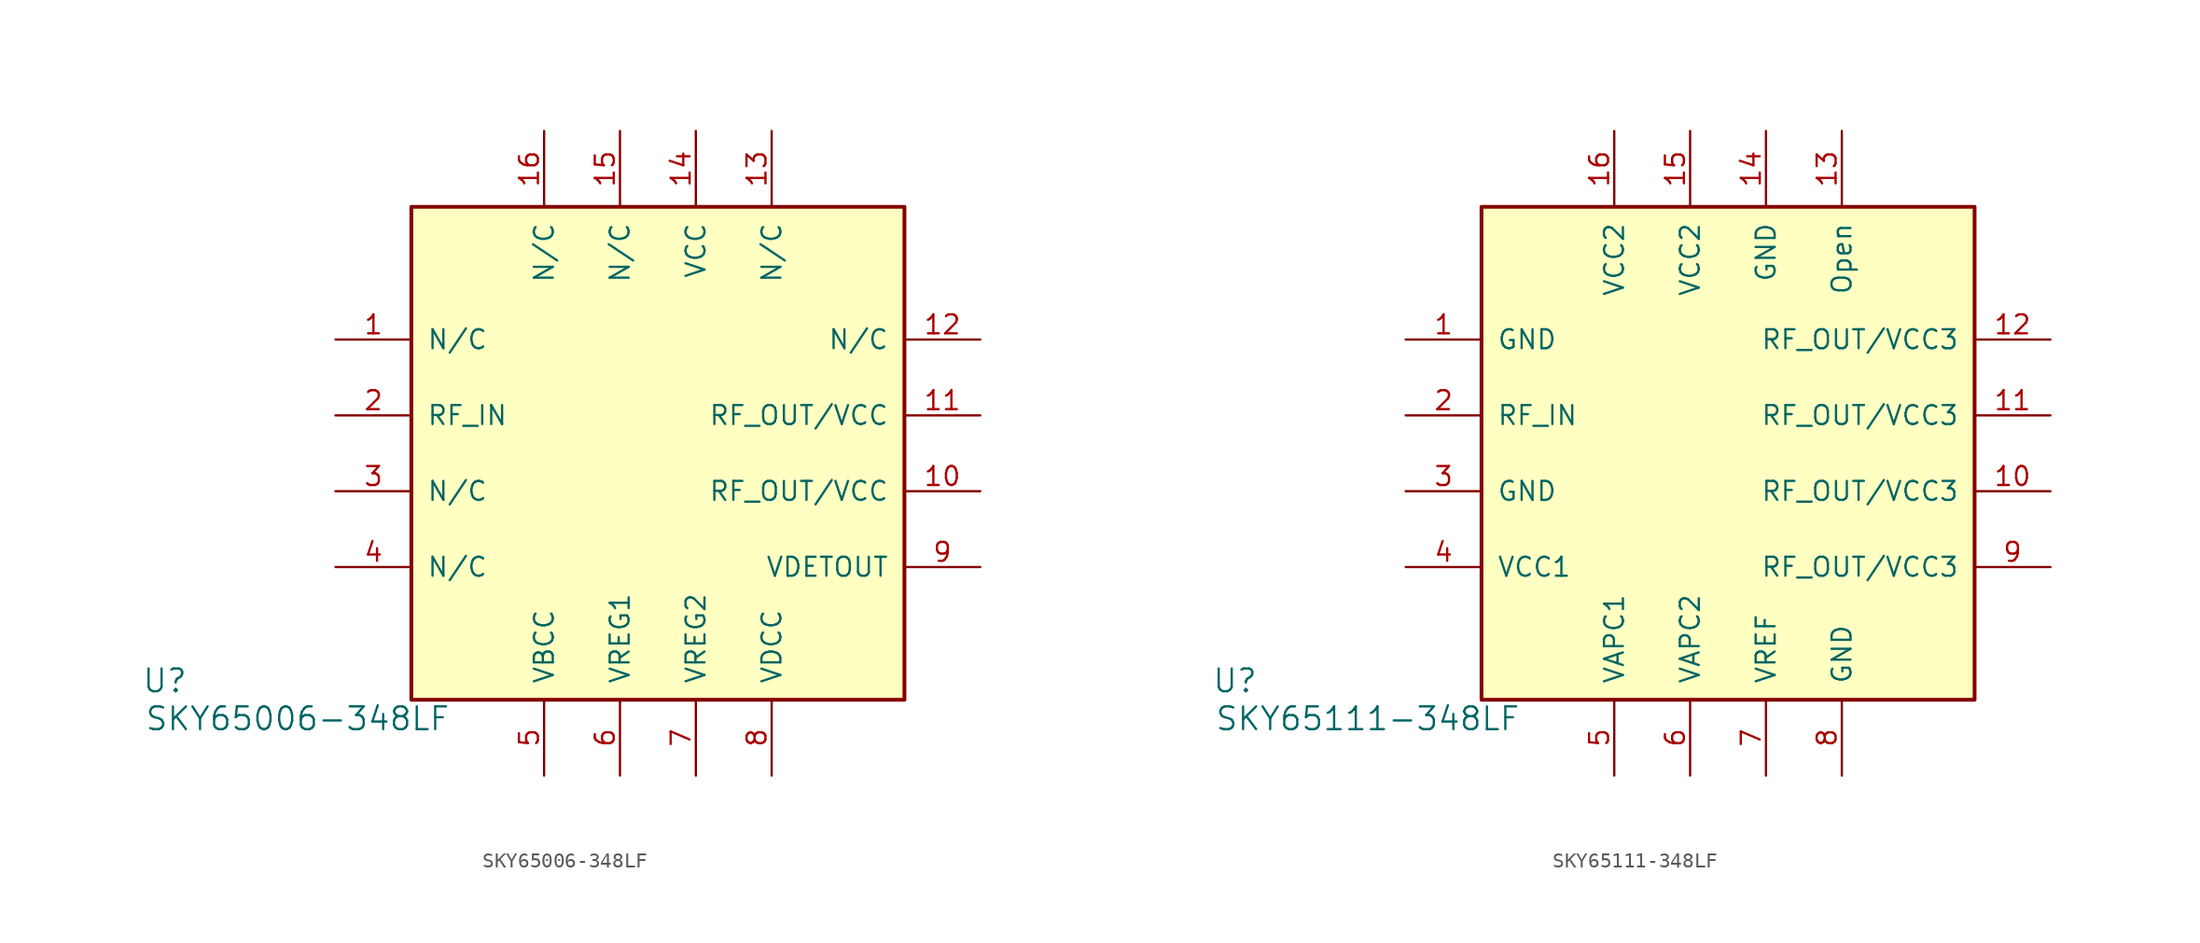
<source format=kicad_sym>
(kicad_symbol_lib
  (version 20220914)
  (generator kicad_symbol_editor)
  (symbol "SKY65006-348LF"
    (pin_names
      (offset 1.016))
    (property "Reference" "U"
      (at -33.02 -15.24 0)
      (effects (font (size 1.524 1.524))))
    (property "Value" "SKY65006-348LF"
      (at -24.13 -17.78 0)
      (effects (font (size 1.524 1.524))))
    (symbol "SKY65006-348LF_0_1"
      (rectangle (start 16.51 16.51) (end -16.51 -16.51) (stroke (width 0.254) (type solid)) (fill (type background))))
    (symbol "SKY65006-348LF_1_1"
      (pin input line (at -21.59 7.62 0) (length 5.08) (name "N/C" (effects (font (size 1.27 1.27)))) (number "1" (effects (font (size 1.27 1.27)))))
      (pin input line (at 21.59 -2.54 180) (length 5.08) (name "RF_OUT/VCC" (effects (font (size 1.27 1.27)))) (number "10" (effects (font (size 1.27 1.27)))))
      (pin input line (at 21.59 2.54 180) (length 5.08) (name "RF_OUT/VCC" (effects (font (size 1.27 1.27)))) (number "11" (effects (font (size 1.27 1.27)))))
      (pin input line (at 21.59 7.62 180) (length 5.08) (name "N/C" (effects (font (size 1.27 1.27)))) (number "12" (effects (font (size 1.27 1.27)))))
      (pin input line (at 7.62 21.59 270) (length 5.08) (name "N/C" (effects (font (size 1.27 1.27)))) (number "13" (effects (font (size 1.27 1.27)))))
      (pin input line (at 2.54 21.59 270) (length 5.08) (name "VCC" (effects (font (size 1.27 1.27)))) (number "14" (effects (font (size 1.27 1.27)))))
      (pin input line (at -2.54 21.59 270) (length 5.08) (name "N/C" (effects (font (size 1.27 1.27)))) (number "15" (effects (font (size 1.27 1.27)))))
      (pin input line (at -7.62 21.59 270) (length 5.08) (name "N/C" (effects (font (size 1.27 1.27)))) (number "16" (effects (font (size 1.27 1.27)))))
      (pin input line (at -21.59 2.54 0) (length 5.08) (name "RF_IN" (effects (font (size 1.27 1.27)))) (number "2" (effects (font (size 1.27 1.27)))))
      (pin input line (at -21.59 -2.54 0) (length 5.08) (name "N/C" (effects (font (size 1.27 1.27)))) (number "3" (effects (font (size 1.27 1.27)))))
      (pin input line (at -21.59 -7.62 0) (length 5.08) (name "N/C" (effects (font (size 1.27 1.27)))) (number "4" (effects (font (size 1.27 1.27)))))
      (pin input line (at -7.62 -21.59 90) (length 5.08) (name "VBCC" (effects (font (size 1.27 1.27)))) (number "5" (effects (font (size 1.27 1.27)))))
      (pin input line (at -2.54 -21.59 90) (length 5.08) (name "VREG1" (effects (font (size 1.27 1.27)))) (number "6" (effects (font (size 1.27 1.27)))))
      (pin input line (at 2.54 -21.59 90) (length 5.08) (name "VREG2" (effects (font (size 1.27 1.27)))) (number "7" (effects (font (size 1.27 1.27)))))
      (pin input line (at 7.62 -21.59 90) (length 5.08) (name "VDCC" (effects (font (size 1.27 1.27)))) (number "8" (effects (font (size 1.27 1.27)))))
      (pin input line (at 21.59 -7.62 180) (length 5.08) (name "VDETOUT" (effects (font (size 1.27 1.27)))) (number "9" (effects (font (size 1.27 1.27)))))))
  (symbol "SKY65111-348LF"
    (pin_names
      (offset 1.016))
    (property "Reference" "U"
      (at -33.02 -15.24 0)
      (effects (font (size 1.524 1.524))))
    (property "Value" "SKY65111-348LF"
      (at -24.13 -17.78 0)
      (effects (font (size 1.524 1.524))))
    (symbol "SKY65111-348LF_0_1"
      (rectangle (start 16.51 16.51) (end -16.51 -16.51) (stroke (width 0.254) (type solid)) (fill (type background))))
    (symbol "SKY65111-348LF_1_1"
      (pin input line (at -21.59 7.62 0) (length 5.08) (name "GND" (effects (font (size 1.27 1.27)))) (number "1" (effects (font (size 1.27 1.27)))))
      (pin input line (at 21.59 -2.54 180) (length 5.08) (name "RF_OUT/VCC3" (effects (font (size 1.27 1.27)))) (number "10" (effects (font (size 1.27 1.27)))))
      (pin input line (at 21.59 2.54 180) (length 5.08) (name "RF_OUT/VCC3" (effects (font (size 1.27 1.27)))) (number "11" (effects (font (size 1.27 1.27)))))
      (pin input line (at 21.59 7.62 180) (length 5.08) (name "RF_OUT/VCC3" (effects (font (size 1.27 1.27)))) (number "12" (effects (font (size 1.27 1.27)))))
      (pin input line (at 7.62 21.59 270) (length 5.08) (name "Open" (effects (font (size 1.27 1.27)))) (number "13" (effects (font (size 1.27 1.27)))))
      (pin input line (at 2.54 21.59 270) (length 5.08) (name "GND" (effects (font (size 1.27 1.27)))) (number "14" (effects (font (size 1.27 1.27)))))
      (pin input line (at -2.54 21.59 270) (length 5.08) (name "VCC2" (effects (font (size 1.27 1.27)))) (number "15" (effects (font (size 1.27 1.27)))))
      (pin input line (at -7.62 21.59 270) (length 5.08) (name "VCC2" (effects (font (size 1.27 1.27)))) (number "16" (effects (font (size 1.27 1.27)))))
      (pin input line (at -21.59 2.54 0) (length 5.08) (name "RF_IN" (effects (font (size 1.27 1.27)))) (number "2" (effects (font (size 1.27 1.27)))))
      (pin input line (at -21.59 -2.54 0) (length 5.08) (name "GND" (effects (font (size 1.27 1.27)))) (number "3" (effects (font (size 1.27 1.27)))))
      (pin input line (at -21.59 -7.62 0) (length 5.08) (name "VCC1" (effects (font (size 1.27 1.27)))) (number "4" (effects (font (size 1.27 1.27)))))
      (pin input line (at -7.62 -21.59 90) (length 5.08) (name "VAPC1" (effects (font (size 1.27 1.27)))) (number "5" (effects (font (size 1.27 1.27)))))
      (pin input line (at -2.54 -21.59 90) (length 5.08) (name "VAPC2" (effects (font (size 1.27 1.27)))) (number "6" (effects (font (size 1.27 1.27)))))
      (pin input line (at 2.54 -21.59 90) (length 5.08) (name "VREF" (effects (font (size 1.27 1.27)))) (number "7" (effects (font (size 1.27 1.27)))))
      (pin input line (at 7.62 -21.59 90) (length 5.08) (name "GND" (effects (font (size 1.27 1.27)))) (number "8" (effects (font (size 1.27 1.27)))))
      (pin input line (at 21.59 -7.62 180) (length 5.08) (name "RF_OUT/VCC3" (effects (font (size 1.27 1.27)))) (number "9" (effects (font (size 1.27 1.27))))))))
</source>
